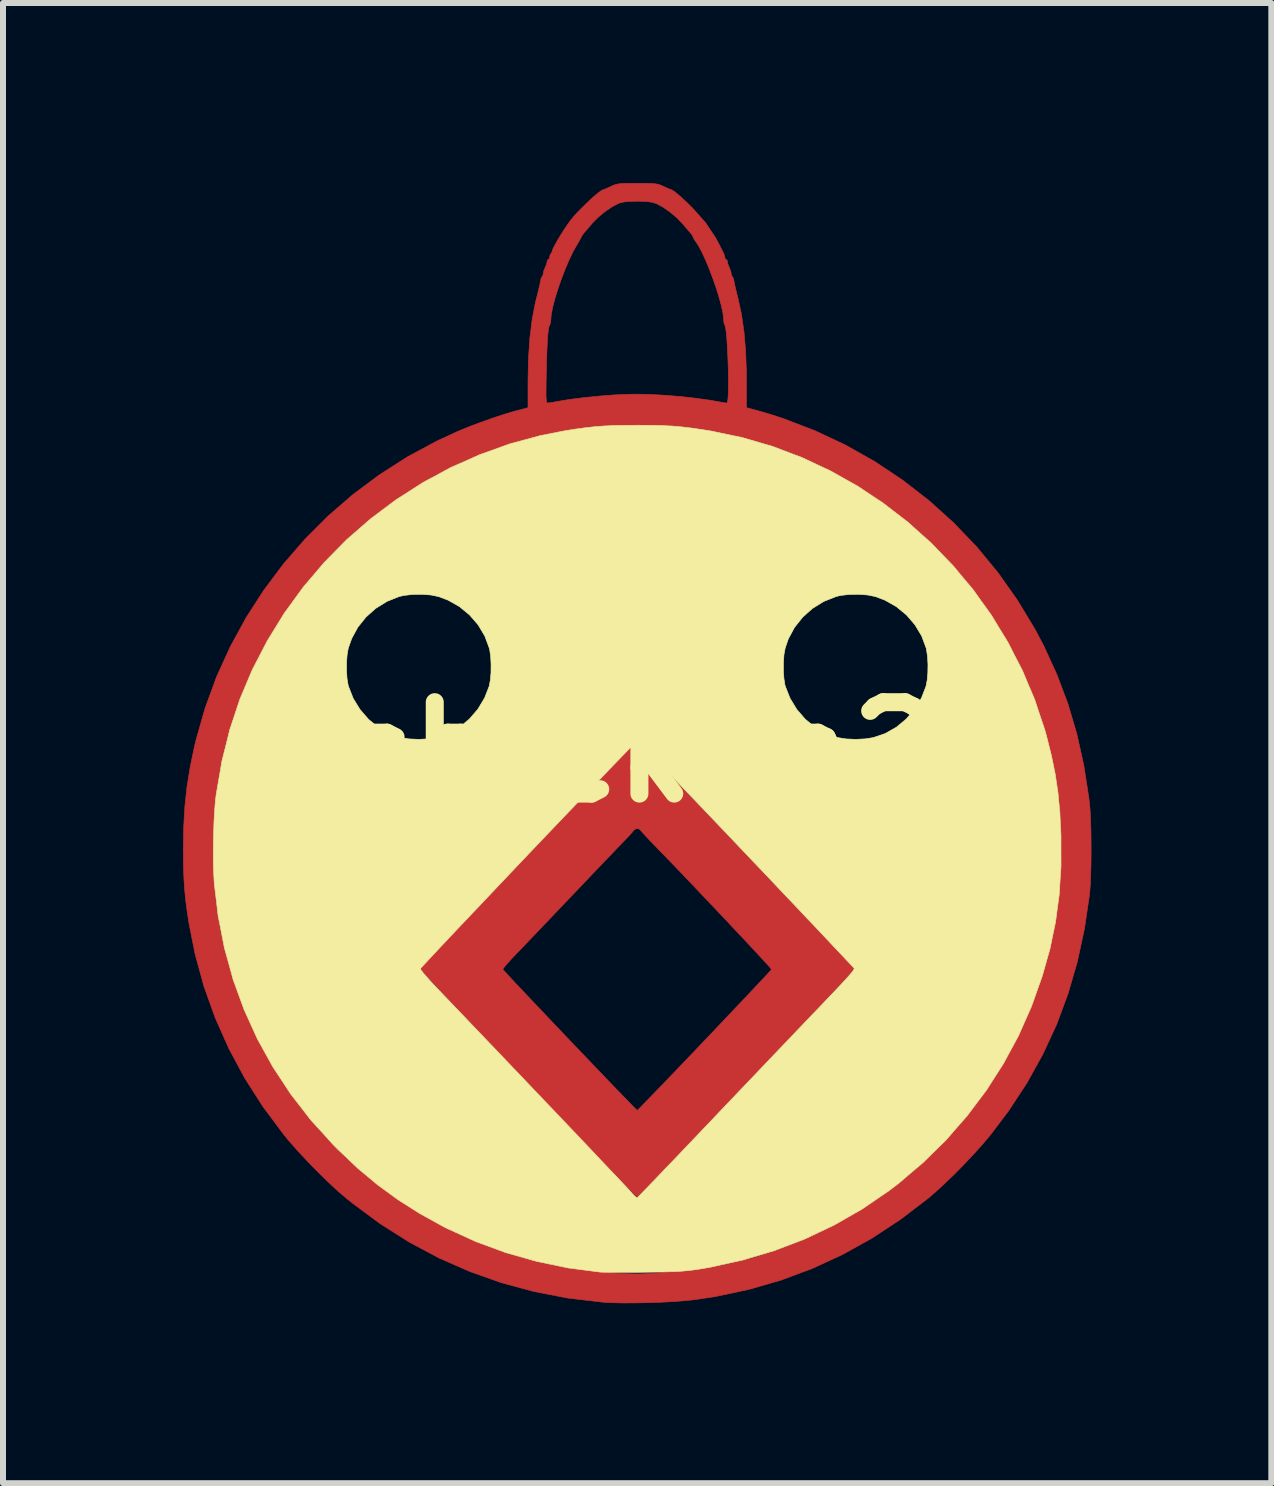
<source format=kicad_pcb>
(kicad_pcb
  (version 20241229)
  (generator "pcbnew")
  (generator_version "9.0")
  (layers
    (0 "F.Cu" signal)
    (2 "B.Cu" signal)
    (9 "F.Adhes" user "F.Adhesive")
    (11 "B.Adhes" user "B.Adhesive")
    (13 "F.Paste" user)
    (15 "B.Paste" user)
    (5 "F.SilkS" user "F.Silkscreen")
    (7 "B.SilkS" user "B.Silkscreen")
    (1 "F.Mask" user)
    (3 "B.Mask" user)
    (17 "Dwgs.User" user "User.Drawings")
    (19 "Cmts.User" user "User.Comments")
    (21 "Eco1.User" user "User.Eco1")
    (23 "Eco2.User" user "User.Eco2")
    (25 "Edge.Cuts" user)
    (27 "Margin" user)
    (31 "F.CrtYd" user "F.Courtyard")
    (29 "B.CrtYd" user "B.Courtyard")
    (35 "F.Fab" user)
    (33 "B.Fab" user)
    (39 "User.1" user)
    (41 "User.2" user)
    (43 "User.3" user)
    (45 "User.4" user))
  (footprint "chicken2"
    (layer "F.Cu")
    (at 7.571 9.488)
    (property "Reference" "chicken2" (at 0 0 0) (layer "F.SilkS") (effects (font (size 1.524 1.524) (thickness 0.3))))
    (attr through_hole)
    (fp_poly (pts (xy 0.022 -0.17) (xy 0.065 -0.126) (xy 0.133 -0.057) (xy 0.221 0.034) (xy 0.327 0.144) (xy 0.448 0.27) (xy 0.581 0.41) (xy 0.724 0.56) (xy 0.776 0.614) (xy 1.094 0.949) (xy 1.388 1.258) (xy 1.658 1.541) (xy 1.901 1.796) (xy 2.118 2.024) (xy 2.308 2.223) (xy 2.471 2.393) (xy 2.581 2.509) (xy 2.683 2.616) (xy 2.799 2.737) (xy 2.913 2.857) (xy 3.012 2.961) (xy 3.015 2.964) (xy 3.114 3.068) (xy 3.226 3.185) (xy 3.336 3.3) (xy 3.424 3.391) (xy 3.497 3.468) (xy 3.557 3.535) (xy 3.598 3.586) (xy 3.616 3.615) (xy 3.616 3.618) (xy 3.601 3.636) (xy 3.558 3.683) (xy 3.491 3.756) (xy 3.4 3.853) (xy 3.288 3.972) (xy 3.158 4.11) (xy 3.01 4.266) (xy 2.848 4.438) (xy 2.673 4.623) (xy 2.487 4.819) (xy 2.292 5.023) (xy 2.265 5.052) (xy 1.965 5.368) (xy 1.692 5.654) (xy 1.446 5.912) (xy 1.225 6.144) (xy 1.028 6.351) (xy 0.854 6.534) (xy 0.7 6.695) (xy 0.566 6.836) (xy 0.45 6.956) (xy 0.351 7.059) (xy 0.268 7.146) (xy 0.199 7.217) (xy 0.143 7.274) (xy 0.099 7.319) (xy 0.065 7.353) (xy 0.039 7.377) (xy 0.021 7.394) (xy 0.01 7.403) (xy 0.003 7.408) (xy 0 7.408) (xy -0.019 7.394) (xy -0.061 7.354) (xy -0.121 7.295) (xy -0.194 7.222) (xy -0.224 7.191) (xy -0.316 7.096) (xy -0.429 6.978) (xy -0.56 6.842) (xy -0.707 6.689) (xy -0.867 6.521) (xy -1.039 6.341) (xy -1.221 6.15) (xy -1.409 5.953) (xy -1.602 5.75) (xy -1.798 5.543) (xy -1.995 5.336) (xy -2.19 5.131) (xy -2.382 4.929) (xy -2.567 4.734) (xy -2.744 4.546) (xy -2.912 4.37) (xy -3.066 4.206) (xy -3.206 4.058) (xy -3.329 3.928) (xy -3.433 3.817) (xy -3.516 3.728) (xy -3.575 3.664) (xy -3.609 3.627) (xy -3.616 3.618) (xy -2.24 3.618) (xy -2.225 3.637) (xy -2.182 3.684) (xy -2.117 3.755) (xy -2.03 3.848) (xy -1.925 3.959) (xy -1.805 4.087) (xy -1.671 4.228) (xy -1.528 4.379) (xy -1.378 4.537) (xy -1.223 4.7) (xy -1.066 4.865) (xy -0.91 5.028) (xy -0.758 5.187) (xy -0.612 5.339) (xy -0.476 5.482) (xy -0.351 5.611) (xy -0.241 5.725) (xy -0.148 5.821) (xy -0.076 5.895) (xy -0.026 5.945) (xy -0.002 5.968) (xy 0 5.969) (xy 0.017 5.954) (xy 0.06 5.911) (xy 0.128 5.841) (xy 0.219 5.748) (xy 0.329 5.634) (xy 0.458 5.501) (xy 0.601 5.351) (xy 0.758 5.188) (xy 0.926 5.012) (xy 1.102 4.827) (xy 1.124 4.804) (xy 1.302 4.617) (xy 1.47 4.439) (xy 1.628 4.273) (xy 1.773 4.12) (xy 1.902 3.983) (xy 2.014 3.864) (xy 2.106 3.766) (xy 2.175 3.691) (xy 2.221 3.642) (xy 2.239 3.621) (xy 2.239 3.62) (xy 2.226 3.603) (xy 2.187 3.558) (xy 2.123 3.487) (xy 2.038 3.395) (xy 1.935 3.284) (xy 1.817 3.157) (xy 1.685 3.017) (xy 1.543 2.866) (xy 1.394 2.707) (xy 1.24 2.545) (xy 1.083 2.38) (xy 0.928 2.216) (xy 0.776 2.057) (xy 0.63 1.904) (xy 0.493 1.762) (xy 0.367 1.632) (xy 0.277 1.539) (xy 0.201 1.461) (xy 0.136 1.391) (xy 0.087 1.337) (xy 0.06 1.305) (xy 0.058 1.301) (xy 0.022 1.274) (xy -0.023 1.275) (xy -0.058 1.301) (xy -0.078 1.327) (xy -0.123 1.377) (xy -0.185 1.443) (xy -0.258 1.52) (xy -0.277 1.539) (xy -0.335 1.599) (xy -0.418 1.686) (xy -0.522 1.794) (xy -0.642 1.92) (xy -0.774 2.058) (xy -0.914 2.205) (xy -1.058 2.357) (xy -1.132 2.434) (xy -1.278 2.587) (xy -1.423 2.74) (xy -1.564 2.887) (xy -1.695 3.025) (xy -1.813 3.148) (xy -1.912 3.252) (xy -1.989 3.332) (xy -2.017 3.36) (xy -2.095 3.443) (xy -2.161 3.516) (xy -2.21 3.573) (xy -2.237 3.609) (xy -2.24 3.618) (xy -3.616 3.618) (xy -3.616 3.618) (xy -3.605 3.596) (xy -3.569 3.55) (xy -3.514 3.486) (xy -3.444 3.411) (xy -3.424 3.391) (xy -3.328 3.292) (xy -3.218 3.176) (xy -3.106 3.06) (xy -3.015 2.964) (xy -2.916 2.861) (xy -2.803 2.741) (xy -2.687 2.62) (xy -2.584 2.512) (xy -2.581 2.509) (xy -2.479 2.402) (xy -2.362 2.279) (xy -2.243 2.154) (xy -2.136 2.042) (xy -2.126 2.032) (xy -2.06 1.962) (xy -1.969 1.867) (xy -1.858 1.75) (xy -1.732 1.618) (xy -1.595 1.475) (xy -1.453 1.325) (xy -1.309 1.175) (xy -1.268 1.132) (xy -1.121 0.977) (xy -0.969 0.818) (xy -0.819 0.66) (xy -0.675 0.509) (xy -0.544 0.371) (xy -0.43 0.251) (xy -0.34 0.156) (xy -0.327 0.143) (xy -0.234 0.045) (xy -0.151 -0.041) (xy -0.081 -0.11) (xy -0.029 -0.159) (xy -0.000112 -0.184) (xy 0.004 -0.186) (xy 0.022 -0.17)) (stroke (width 0.01) (type solid)) (fill yes) (layer "F.Cu"))
    (fp_poly (pts (xy 0.127 -9.482) (xy 0.221 -9.48) (xy 0.289 -9.476) (xy 0.34 -9.468) (xy 0.383 -9.455) (xy 0.426 -9.437) (xy 0.44 -9.43) (xy 0.503 -9.401) (xy 0.549 -9.382) (xy 0.566 -9.377) (xy 0.597 -9.361) (xy 0.653 -9.319) (xy 0.729 -9.254) (xy 0.82 -9.17) (xy 0.922 -9.07) (xy 0.931 -9.06) (xy 1.137 -8.827) (xy 1.306 -8.575) (xy 1.364 -8.467) (xy 1.399 -8.398) (xy 1.428 -8.341) (xy 1.442 -8.313) (xy 1.458 -8.266) (xy 1.46 -8.245) (xy 1.472 -8.216) (xy 1.482 -8.213) (xy 1.5 -8.195) (xy 1.503 -8.176) (xy 1.513 -8.131) (xy 1.535 -8.078) (xy 1.557 -8.023) (xy 1.566 -7.979) (xy 1.575 -7.94) (xy 1.585 -7.928) (xy 1.601 -7.901) (xy 1.613 -7.851) (xy 1.614 -7.848) (xy 1.623 -7.798) (xy 1.641 -7.72) (xy 1.664 -7.626) (xy 1.679 -7.567) (xy 1.736 -7.306) (xy 1.779 -7.01) (xy 1.807 -6.682) (xy 1.82 -6.329) (xy 1.82 -6.21) (xy 1.82 -5.743) (xy 2.006 -5.694) (xy 2.105 -5.666) (xy 2.227 -5.629) (xy 2.353 -5.589) (xy 2.434 -5.562) (xy 2.963 -5.359) (xy 3.472 -5.12) (xy 3.959 -4.845) (xy 4.423 -4.536) (xy 4.862 -4.195) (xy 5.275 -3.823) (xy 5.66 -3.421) (xy 6.015 -2.99) (xy 6.338 -2.533) (xy 6.629 -2.051) (xy 6.776 -1.773) (xy 6.994 -1.297) (xy 7.178 -0.809) (xy 7.327 -0.306) (xy 7.443 0.217) (xy 7.528 0.765) (xy 7.539 0.857) (xy 7.549 0.975) (xy 7.556 1.125) (xy 7.562 1.299) (xy 7.564 1.488) (xy 7.565 1.682) (xy 7.563 1.873) (xy 7.558 2.051) (xy 7.552 2.208) (xy 7.542 2.334) (xy 7.54 2.36) (xy 7.455 2.938) (xy 7.335 3.493) (xy 7.18 4.026) (xy 6.989 4.54) (xy 6.76 5.035) (xy 6.494 5.514) (xy 6.189 5.978) (xy 5.892 6.371) (xy 5.761 6.528) (xy 5.607 6.699) (xy 5.439 6.877) (xy 5.266 7.052) (xy 5.096 7.215) (xy 4.937 7.359) (xy 4.845 7.437) (xy 4.384 7.789) (xy 3.909 8.101) (xy 3.42 8.373) (xy 2.914 8.606) (xy 2.393 8.8) (xy 1.855 8.955) (xy 1.299 9.073) (xy 0.958 9.124) (xy 0.8 9.141) (xy 0.612 9.155) (xy 0.404 9.167) (xy 0.187 9.174) (xy -0.029 9.178) (xy -0.235 9.179) (xy -0.419 9.175) (xy -0.572 9.166) (xy -0.583 9.165) (xy -1.16 9.097) (xy -1.72 8.989) (xy -2.263 8.842) (xy -2.791 8.655) (xy -3.303 8.43) (xy -3.8 8.165) (xy -4.28 7.861) (xy -4.745 7.517) (xy -4.845 7.437) (xy -4.992 7.311) (xy -5.155 7.159) (xy -5.327 6.991) (xy -5.499 6.814) (xy -5.663 6.638) (xy -5.81 6.471) (xy -5.892 6.371) (xy -6.235 5.911) (xy -6.54 5.434) (xy -6.806 4.939) (xy -7.033 4.429) (xy -7.221 3.904) (xy -7.369 3.364) (xy -7.47 2.857) (xy -7.502 2.648) (xy -7.527 2.46) (xy -7.544 2.281) (xy -7.556 2.099) (xy -7.563 1.903) (xy -7.565 1.679) (xy -7.566 1.609) (xy -7.069 1.609) (xy -7.058 2.057) (xy -7.022 2.481) (xy -6.961 2.892) (xy -6.873 3.3) (xy -6.756 3.717) (xy -6.718 3.835) (xy -6.531 4.34) (xy -6.305 4.828) (xy -6.042 5.296) (xy -5.917 5.493) (xy -5.596 5.939) (xy -5.247 6.356) (xy -4.87 6.742) (xy -4.468 7.097) (xy -4.043 7.419) (xy -3.595 7.707) (xy -3.128 7.961) (xy -2.643 8.178) (xy -2.142 8.359) (xy -1.627 8.501) (xy -1.098 8.605) (xy -0.56 8.668) (xy -0.429 8.677) (xy -0.283 8.686) (xy -0.167 8.691) (xy -0.071 8.694) (xy 0.018 8.695) (xy 0.11 8.692) (xy 0.218 8.687) (xy 0.353 8.68) (xy 0.392 8.677) (xy 0.912 8.63) (xy 1.409 8.55) (xy 1.89 8.436) (xy 2.359 8.287) (xy 2.823 8.101) (xy 3.156 7.944) (xy 3.637 7.681) (xy 4.093 7.383) (xy 4.524 7.052) (xy 4.928 6.688) (xy 5.304 6.293) (xy 5.652 5.867) (xy 5.917 5.493) (xy 6.173 5.075) (xy 6.396 4.646) (xy 6.589 4.196) (xy 6.698 3.895) (xy 6.832 3.46) (xy 6.934 3.034) (xy 7.007 2.605) (xy 7.051 2.163) (xy 7.069 1.699) (xy 7.069 1.609) (xy 7.06 1.197) (xy 7.031 0.811) (xy 6.98 0.437) (xy 6.907 0.062) (xy 6.865 -0.115) (xy 6.713 -0.635) (xy 6.522 -1.138) (xy 6.295 -1.625) (xy 6.031 -2.092) (xy 5.732 -2.537) (xy 5.4 -2.96) (xy 5.036 -3.357) (xy 4.641 -3.728) (xy 4.216 -4.069) (xy 3.958 -4.253) (xy 3.517 -4.53) (xy 3.064 -4.771) (xy 2.596 -4.975) (xy 2.11 -5.144) (xy 1.602 -5.28) (xy 1.07 -5.384) (xy 0.889 -5.411) (xy 0.752 -5.426) (xy 0.582 -5.437) (xy 0.387 -5.445) (xy 0.176 -5.449) (xy -0.041 -5.451) (xy -0.258 -5.448) (xy -0.463 -5.442) (xy -0.65 -5.433) (xy -0.809 -5.421) (xy -0.889 -5.411) (xy -1.43 -5.318) (xy -1.946 -5.192) (xy -2.439 -5.034) (xy -2.912 -4.841) (xy -3.37 -4.613) (xy -3.815 -4.348) (xy -3.958 -4.253) (xy -4.399 -3.929) (xy -4.811 -3.575) (xy -5.194 -3.192) (xy -5.544 -2.784) (xy -5.862 -2.352) (xy -6.147 -1.897) (xy -6.395 -1.422) (xy -6.607 -0.928) (xy -6.782 -0.417) (xy -6.865 -0.115) (xy -6.949 0.264) (xy -7.01 0.637) (xy -7.049 1.016) (xy -7.067 1.414) (xy -7.069 1.609) (xy -7.566 1.609) (xy -7.559 1.239) (xy -7.539 0.896) (xy -7.503 0.567) (xy -7.45 0.24) (xy -7.379 -0.099) (xy -7.353 -0.205) (xy -7.202 -0.737) (xy -7.012 -1.255) (xy -6.785 -1.755) (xy -6.522 -2.237) (xy -6.226 -2.698) (xy -5.897 -3.137) (xy -5.538 -3.551) (xy -5.15 -3.939) (xy -4.735 -4.298) (xy -4.293 -4.627) (xy -3.828 -4.924) (xy -3.34 -5.187) (xy -2.982 -5.352) (xy -2.8 -5.426) (xy -2.601 -5.501) (xy -2.399 -5.573) (xy -2.207 -5.636) (xy -2.037 -5.686) (xy -2.006 -5.694) (xy -1.82 -5.743) (xy -1.82 -6.032) (xy -1.52 -6.032) (xy -1.52 -5.943) (xy -1.517 -5.882) (xy -1.512 -5.844) (xy -1.505 -5.826) (xy -1.496 -5.821) (xy -1.46 -5.825) (xy -1.398 -5.834) (xy -1.352 -5.843) (xy -1.137 -5.879) (xy -0.893 -5.91) (xy -0.636 -5.936) (xy -0.38 -5.956) (xy -0.139 -5.966) (xy 0 -5.968) (xy 0.225 -5.963) (xy 0.473 -5.949) (xy 0.731 -5.928) (xy 0.985 -5.899) (xy 1.22 -5.866) (xy 1.352 -5.843) (xy 1.422 -5.83) (xy 1.476 -5.822) (xy 1.496 -5.821) (xy 1.506 -5.841) (xy 1.513 -5.897) (xy 1.518 -5.983) (xy 1.52 -6.092) (xy 1.52 -6.219) (xy 1.518 -6.357) (xy 1.514 -6.501) (xy 1.508 -6.642) (xy 1.501 -6.777) (xy 1.493 -6.898) (xy 1.484 -6.998) (xy 1.473 -7.073) (xy 1.462 -7.116) (xy 1.459 -7.122) (xy 1.446 -7.154) (xy 1.44 -7.21) (xy 1.439 -7.222) (xy 1.43 -7.312) (xy 1.405 -7.432) (xy 1.367 -7.574) (xy 1.319 -7.73) (xy 1.262 -7.893) (xy 1.202 -8.053) (xy 1.139 -8.204) (xy 1.077 -8.338) (xy 1.019 -8.446) (xy 0.982 -8.502) (xy 0.949 -8.55) (xy 0.932 -8.583) (xy 0.931 -8.588) (xy 0.919 -8.617) (xy 0.894 -8.648) (xy 0.862 -8.685) (xy 0.813 -8.742) (xy 0.759 -8.806) (xy 0.665 -8.904) (xy 0.553 -8.999) (xy 0.436 -9.082) (xy 0.328 -9.141) (xy 0.313 -9.147) (xy 0.247 -9.167) (xy 0.161 -9.179) (xy 0.045 -9.184) (xy 0 -9.184) (xy -0.127 -9.181) (xy -0.221 -9.172) (xy -0.293 -9.155) (xy -0.313 -9.147) (xy -0.418 -9.092) (xy -0.535 -9.013) (xy -0.649 -8.919) (xy -0.747 -8.821) (xy -0.759 -8.806) (xy -0.812 -8.743) (xy -0.857 -8.691) (xy -0.885 -8.66) (xy -0.885 -8.659) (xy -0.918 -8.615) (xy -0.933 -8.585) (xy -0.957 -8.54) (xy -0.992 -8.479) (xy -1.006 -8.456) (xy -1.069 -8.345) (xy -1.134 -8.209) (xy -1.2 -8.055) (xy -1.263 -7.892) (xy -1.32 -7.728) (xy -1.369 -7.57) (xy -1.407 -7.427) (xy -1.432 -7.306) (xy -1.439 -7.222) (xy -1.444 -7.164) (xy -1.456 -7.125) (xy -1.459 -7.122) (xy -1.471 -7.095) (xy -1.481 -7.039) (xy -1.491 -6.952) (xy -1.499 -6.831) (xy -1.506 -6.675) (xy -1.512 -6.48) (xy -1.516 -6.313) (xy -1.519 -6.153) (xy -1.52 -6.032) (xy -1.82 -6.032) (xy -1.82 -6.21) (xy -1.812 -6.571) (xy -1.789 -6.908) (xy -1.751 -7.214) (xy -1.699 -7.487) (xy -1.679 -7.567) (xy -1.654 -7.664) (xy -1.633 -7.753) (xy -1.618 -7.822) (xy -1.614 -7.848) (xy -1.602 -7.899) (xy -1.586 -7.928) (xy -1.585 -7.928) (xy -1.569 -7.957) (xy -1.566 -7.979) (xy -1.557 -8.025) (xy -1.535 -8.078) (xy -1.512 -8.132) (xy -1.503 -8.176) (xy -1.493 -8.207) (xy -1.482 -8.213) (xy -1.464 -8.23) (xy -1.46 -8.254) (xy -1.451 -8.294) (xy -1.439 -8.308) (xy -1.42 -8.339) (xy -1.418 -8.351) (xy -1.407 -8.386) (xy -1.376 -8.447) (xy -1.331 -8.528) (xy -1.277 -8.618) (xy -1.218 -8.711) (xy -1.159 -8.798) (xy -1.106 -8.872) (xy -1.1 -8.879) (xy -1.04 -8.95) (xy -0.966 -9.029) (xy -0.883 -9.112) (xy -0.799 -9.193) (xy -0.719 -9.266) (xy -0.649 -9.324) (xy -0.595 -9.363) (xy -0.566 -9.377) (xy -0.54 -9.385) (xy -0.488 -9.407) (xy -0.44 -9.43) (xy -0.396 -9.45) (xy -0.354 -9.464) (xy -0.306 -9.474) (xy -0.244 -9.479) (xy -0.16 -9.482) (xy -0.044 -9.483) (xy 0 -9.483) (xy 0.127 -9.482)) (stroke (width 0.01) (type solid)) (fill yes) (layer "F.Cu"))
    (fp_poly (pts (xy 0.022 -0.17) (xy 0.065 -0.126) (xy 0.133 -0.057) (xy 0.221 0.034) (xy 0.327 0.144) (xy 0.448 0.27) (xy 0.581 0.41) (xy 0.724 0.56) (xy 0.776 0.614) (xy 1.094 0.949) (xy 1.388 1.258) (xy 1.658 1.541) (xy 1.901 1.796) (xy 2.118 2.024) (xy 2.308 2.223) (xy 2.471 2.393) (xy 2.581 2.509) (xy 2.683 2.616) (xy 2.799 2.737) (xy 2.913 2.857) (xy 3.012 2.961) (xy 3.015 2.964) (xy 3.114 3.068) (xy 3.226 3.185) (xy 3.336 3.3) (xy 3.424 3.391) (xy 3.497 3.468) (xy 3.557 3.535) (xy 3.598 3.586) (xy 3.616 3.615) (xy 3.616 3.618) (xy 3.601 3.636) (xy 3.558 3.683) (xy 3.491 3.756) (xy 3.4 3.853) (xy 3.288 3.972) (xy 3.158 4.11) (xy 3.01 4.266) (xy 2.848 4.438) (xy 2.673 4.623) (xy 2.487 4.819) (xy 2.292 5.023) (xy 2.265 5.052) (xy 1.965 5.368) (xy 1.692 5.654) (xy 1.446 5.912) (xy 1.225 6.144) (xy 1.028 6.351) (xy 0.854 6.534) (xy 0.7 6.695) (xy 0.566 6.836) (xy 0.45 6.956) (xy 0.351 7.059) (xy 0.268 7.146) (xy 0.199 7.217) (xy 0.143 7.274) (xy 0.099 7.319) (xy 0.065 7.353) (xy 0.039 7.377) (xy 0.021 7.394) (xy 0.01 7.403) (xy 0.003 7.408) (xy 0 7.408) (xy -0.019 7.394) (xy -0.061 7.354) (xy -0.121 7.295) (xy -0.194 7.222) (xy -0.224 7.191) (xy -0.316 7.096) (xy -0.429 6.978) (xy -0.56 6.842) (xy -0.707 6.689) (xy -0.867 6.521) (xy -1.039 6.341) (xy -1.221 6.15) (xy -1.409 5.953) (xy -1.602 5.75) (xy -1.798 5.543) (xy -1.995 5.336) (xy -2.19 5.131) (xy -2.382 4.929) (xy -2.567 4.734) (xy -2.744 4.546) (xy -2.912 4.37) (xy -3.066 4.206) (xy -3.206 4.058) (xy -3.329 3.928) (xy -3.433 3.817) (xy -3.516 3.728) (xy -3.575 3.664) (xy -3.609 3.627) (xy -3.616 3.618) (xy -2.24 3.618) (xy -2.225 3.637) (xy -2.182 3.684) (xy -2.117 3.755) (xy -2.03 3.848) (xy -1.925 3.959) (xy -1.805 4.087) (xy -1.671 4.228) (xy -1.528 4.379) (xy -1.378 4.537) (xy -1.223 4.7) (xy -1.066 4.865) (xy -0.91 5.028) (xy -0.758 5.187) (xy -0.612 5.339) (xy -0.476 5.482) (xy -0.351 5.611) (xy -0.241 5.725) (xy -0.148 5.821) (xy -0.076 5.895) (xy -0.026 5.945) (xy -0.002 5.968) (xy 0 5.969) (xy 0.017 5.954) (xy 0.06 5.911) (xy 0.128 5.841) (xy 0.219 5.748) (xy 0.329 5.634) (xy 0.458 5.501) (xy 0.601 5.351) (xy 0.758 5.188) (xy 0.926 5.012) (xy 1.102 4.827) (xy 1.124 4.804) (xy 1.302 4.617) (xy 1.47 4.439) (xy 1.628 4.273) (xy 1.773 4.12) (xy 1.902 3.983) (xy 2.014 3.864) (xy 2.106 3.766) (xy 2.175 3.691) (xy 2.221 3.642) (xy 2.239 3.621) (xy 2.239 3.62) (xy 2.226 3.603) (xy 2.187 3.558) (xy 2.123 3.487) (xy 2.038 3.395) (xy 1.935 3.284) (xy 1.817 3.157) (xy 1.685 3.017) (xy 1.543 2.866) (xy 1.394 2.707) (xy 1.24 2.545) (xy 1.083 2.38) (xy 0.928 2.216) (xy 0.776 2.057) (xy 0.63 1.904) (xy 0.493 1.762) (xy 0.367 1.632) (xy 0.277 1.539) (xy 0.201 1.461) (xy 0.136 1.391) (xy 0.087 1.337) (xy 0.06 1.305) (xy 0.058 1.301) (xy 0.022 1.274) (xy -0.023 1.275) (xy -0.058 1.301) (xy -0.078 1.327) (xy -0.123 1.377) (xy -0.185 1.443) (xy -0.258 1.52) (xy -0.277 1.539) (xy -0.335 1.599) (xy -0.418 1.686) (xy -0.522 1.794) (xy -0.642 1.92) (xy -0.774 2.058) (xy -0.914 2.205) (xy -1.058 2.357) (xy -1.132 2.434) (xy -1.278 2.587) (xy -1.423 2.74) (xy -1.564 2.887) (xy -1.695 3.025) (xy -1.813 3.148) (xy -1.912 3.252) (xy -1.989 3.332) (xy -2.017 3.36) (xy -2.095 3.443) (xy -2.161 3.516) (xy -2.21 3.573) (xy -2.237 3.609) (xy -2.24 3.618) (xy -3.616 3.618) (xy -3.616 3.618) (xy -3.605 3.596) (xy -3.569 3.55) (xy -3.514 3.486) (xy -3.444 3.411) (xy -3.424 3.391) (xy -3.328 3.292) (xy -3.218 3.176) (xy -3.106 3.06) (xy -3.015 2.964) (xy -2.916 2.861) (xy -2.803 2.741) (xy -2.687 2.62) (xy -2.584 2.512) (xy -2.581 2.509) (xy -2.479 2.402) (xy -2.362 2.279) (xy -2.243 2.154) (xy -2.136 2.042) (xy -2.126 2.032) (xy -2.06 1.962) (xy -1.969 1.867) (xy -1.858 1.75) (xy -1.732 1.618) (xy -1.595 1.475) (xy -1.453 1.325) (xy -1.309 1.175) (xy -1.268 1.132) (xy -1.121 0.977) (xy -0.969 0.818) (xy -0.819 0.66) (xy -0.675 0.509) (xy -0.544 0.371) (xy -0.43 0.251) (xy -0.34 0.156) (xy -0.327 0.143) (xy -0.234 0.045) (xy -0.151 -0.041) (xy -0.081 -0.11) (xy -0.029 -0.159) (xy -0.000112 -0.184) (xy 0.004 -0.186) (xy 0.022 -0.17)) (stroke (width 0.01) (type solid)) (fill yes) (layer "F.Mask"))
    (fp_poly (pts (xy 0.127 -9.482) (xy 0.221 -9.48) (xy 0.289 -9.476) (xy 0.34 -9.468) (xy 0.383 -9.455) (xy 0.426 -9.437) (xy 0.44 -9.43) (xy 0.503 -9.401) (xy 0.549 -9.382) (xy 0.566 -9.377) (xy 0.597 -9.361) (xy 0.653 -9.319) (xy 0.729 -9.254) (xy 0.82 -9.17) (xy 0.922 -9.07) (xy 0.931 -9.06) (xy 1.137 -8.827) (xy 1.306 -8.575) (xy 1.364 -8.467) (xy 1.399 -8.398) (xy 1.428 -8.341) (xy 1.442 -8.313) (xy 1.458 -8.266) (xy 1.46 -8.245) (xy 1.472 -8.216) (xy 1.482 -8.213) (xy 1.5 -8.195) (xy 1.503 -8.176) (xy 1.513 -8.131) (xy 1.535 -8.078) (xy 1.557 -8.023) (xy 1.566 -7.979) (xy 1.575 -7.94) (xy 1.585 -7.928) (xy 1.601 -7.901) (xy 1.613 -7.851) (xy 1.614 -7.848) (xy 1.623 -7.798) (xy 1.641 -7.72) (xy 1.664 -7.626) (xy 1.679 -7.567) (xy 1.736 -7.306) (xy 1.779 -7.01) (xy 1.807 -6.682) (xy 1.82 -6.329) (xy 1.82 -6.21) (xy 1.82 -5.743) (xy 2.006 -5.694) (xy 2.105 -5.666) (xy 2.227 -5.629) (xy 2.353 -5.589) (xy 2.434 -5.562) (xy 2.963 -5.359) (xy 3.472 -5.12) (xy 3.959 -4.845) (xy 4.423 -4.536) (xy 4.862 -4.195) (xy 5.275 -3.823) (xy 5.66 -3.421) (xy 6.015 -2.99) (xy 6.338 -2.533) (xy 6.629 -2.051) (xy 6.776 -1.773) (xy 6.994 -1.297) (xy 7.178 -0.809) (xy 7.327 -0.306) (xy 7.443 0.217) (xy 7.528 0.765) (xy 7.539 0.857) (xy 7.549 0.975) (xy 7.556 1.125) (xy 7.562 1.299) (xy 7.564 1.488) (xy 7.565 1.682) (xy 7.563 1.873) (xy 7.558 2.051) (xy 7.552 2.208) (xy 7.542 2.334) (xy 7.54 2.36) (xy 7.455 2.938) (xy 7.335 3.493) (xy 7.18 4.026) (xy 6.989 4.54) (xy 6.76 5.035) (xy 6.494 5.514) (xy 6.189 5.978) (xy 5.892 6.371) (xy 5.761 6.528) (xy 5.607 6.699) (xy 5.439 6.877) (xy 5.266 7.052) (xy 5.096 7.215) (xy 4.937 7.359) (xy 4.845 7.437) (xy 4.384 7.789) (xy 3.909 8.101) (xy 3.42 8.373) (xy 2.914 8.606) (xy 2.393 8.8) (xy 1.855 8.955) (xy 1.299 9.073) (xy 0.958 9.124) (xy 0.8 9.141) (xy 0.612 9.155) (xy 0.404 9.167) (xy 0.187 9.174) (xy -0.029 9.178) (xy -0.235 9.179) (xy -0.419 9.175) (xy -0.572 9.166) (xy -0.583 9.165) (xy -1.16 9.097) (xy -1.72 8.989) (xy -2.263 8.842) (xy -2.791 8.655) (xy -3.303 8.43) (xy -3.8 8.165) (xy -4.28 7.861) (xy -4.745 7.517) (xy -4.845 7.437) (xy -4.992 7.311) (xy -5.155 7.159) (xy -5.327 6.991) (xy -5.499 6.814) (xy -5.663 6.638) (xy -5.81 6.471) (xy -5.892 6.371) (xy -6.235 5.911) (xy -6.54 5.434) (xy -6.806 4.939) (xy -7.033 4.429) (xy -7.221 3.904) (xy -7.369 3.364) (xy -7.47 2.857) (xy -7.502 2.648) (xy -7.527 2.46) (xy -7.544 2.281) (xy -7.556 2.099) (xy -7.563 1.903) (xy -7.565 1.679) (xy -7.566 1.609) (xy -7.069 1.609) (xy -7.058 2.057) (xy -7.022 2.481) (xy -6.961 2.892) (xy -6.873 3.3) (xy -6.756 3.717) (xy -6.718 3.835) (xy -6.531 4.34) (xy -6.305 4.828) (xy -6.042 5.296) (xy -5.917 5.493) (xy -5.596 5.939) (xy -5.247 6.356) (xy -4.87 6.742) (xy -4.468 7.097) (xy -4.043 7.419) (xy -3.595 7.707) (xy -3.128 7.961) (xy -2.643 8.178) (xy -2.142 8.359) (xy -1.627 8.501) (xy -1.098 8.605) (xy -0.56 8.668) (xy -0.429 8.677) (xy -0.283 8.686) (xy -0.167 8.691) (xy -0.071 8.694) (xy 0.018 8.695) (xy 0.11 8.692) (xy 0.218 8.687) (xy 0.353 8.68) (xy 0.392 8.677) (xy 0.912 8.63) (xy 1.409 8.55) (xy 1.89 8.436) (xy 2.359 8.287) (xy 2.823 8.101) (xy 3.156 7.944) (xy 3.637 7.681) (xy 4.093 7.383) (xy 4.524 7.052) (xy 4.928 6.688) (xy 5.304 6.293) (xy 5.652 5.867) (xy 5.917 5.493) (xy 6.173 5.075) (xy 6.396 4.646) (xy 6.589 4.196) (xy 6.698 3.895) (xy 6.832 3.46) (xy 6.934 3.034) (xy 7.007 2.605) (xy 7.051 2.163) (xy 7.069 1.699) (xy 7.069 1.609) (xy 7.06 1.197) (xy 7.031 0.811) (xy 6.98 0.437) (xy 6.907 0.062) (xy 6.865 -0.115) (xy 6.713 -0.635) (xy 6.522 -1.138) (xy 6.295 -1.625) (xy 6.031 -2.092) (xy 5.732 -2.537) (xy 5.4 -2.96) (xy 5.036 -3.357) (xy 4.641 -3.728) (xy 4.216 -4.069) (xy 3.958 -4.253) (xy 3.517 -4.53) (xy 3.064 -4.771) (xy 2.596 -4.975) (xy 2.11 -5.144) (xy 1.602 -5.28) (xy 1.07 -5.384) (xy 0.889 -5.411) (xy 0.752 -5.426) (xy 0.582 -5.437) (xy 0.387 -5.445) (xy 0.176 -5.449) (xy -0.041 -5.451) (xy -0.258 -5.448) (xy -0.463 -5.442) (xy -0.65 -5.433) (xy -0.809 -5.421) (xy -0.889 -5.411) (xy -1.43 -5.318) (xy -1.946 -5.192) (xy -2.439 -5.034) (xy -2.912 -4.841) (xy -3.37 -4.613) (xy -3.815 -4.348) (xy -3.958 -4.253) (xy -4.399 -3.929) (xy -4.811 -3.575) (xy -5.194 -3.192) (xy -5.544 -2.784) (xy -5.862 -2.352) (xy -6.147 -1.897) (xy -6.395 -1.422) (xy -6.607 -0.928) (xy -6.782 -0.417) (xy -6.865 -0.115) (xy -6.949 0.264) (xy -7.01 0.637) (xy -7.049 1.016) (xy -7.067 1.414) (xy -7.069 1.609) (xy -7.566 1.609) (xy -7.559 1.239) (xy -7.539 0.896) (xy -7.503 0.567) (xy -7.45 0.24) (xy -7.379 -0.099) (xy -7.353 -0.205) (xy -7.202 -0.737) (xy -7.012 -1.255) (xy -6.785 -1.755) (xy -6.522 -2.237) (xy -6.226 -2.698) (xy -5.897 -3.137) (xy -5.538 -3.551) (xy -5.15 -3.939) (xy -4.735 -4.298) (xy -4.293 -4.627) (xy -3.828 -4.924) (xy -3.34 -5.187) (xy -2.982 -5.352) (xy -2.8 -5.426) (xy -2.601 -5.501) (xy -2.399 -5.573) (xy -2.207 -5.636) (xy -2.037 -5.686) (xy -2.006 -5.694) (xy -1.82 -5.743) (xy -1.82 -6.032) (xy -1.52 -6.032) (xy -1.52 -5.943) (xy -1.517 -5.882) (xy -1.512 -5.844) (xy -1.505 -5.826) (xy -1.496 -5.821) (xy -1.46 -5.825) (xy -1.398 -5.834) (xy -1.352 -5.843) (xy -1.137 -5.879) (xy -0.893 -5.91) (xy -0.636 -5.936) (xy -0.38 -5.956) (xy -0.139 -5.966) (xy 0 -5.968) (xy 0.225 -5.963) (xy 0.473 -5.949) (xy 0.731 -5.928) (xy 0.985 -5.899) (xy 1.22 -5.866) (xy 1.352 -5.843) (xy 1.422 -5.83) (xy 1.476 -5.822) (xy 1.496 -5.821) (xy 1.506 -5.841) (xy 1.513 -5.897) (xy 1.518 -5.983) (xy 1.52 -6.092) (xy 1.52 -6.219) (xy 1.518 -6.357) (xy 1.514 -6.501) (xy 1.508 -6.642) (xy 1.501 -6.777) (xy 1.493 -6.898) (xy 1.484 -6.998) (xy 1.473 -7.073) (xy 1.462 -7.116) (xy 1.459 -7.122) (xy 1.446 -7.154) (xy 1.44 -7.21) (xy 1.439 -7.222) (xy 1.43 -7.312) (xy 1.405 -7.432) (xy 1.367 -7.574) (xy 1.319 -7.73) (xy 1.262 -7.893) (xy 1.202 -8.053) (xy 1.139 -8.204) (xy 1.077 -8.338) (xy 1.019 -8.446) (xy 0.982 -8.502) (xy 0.949 -8.55) (xy 0.932 -8.583) (xy 0.931 -8.588) (xy 0.919 -8.617) (xy 0.894 -8.648) (xy 0.862 -8.685) (xy 0.813 -8.742) (xy 0.759 -8.806) (xy 0.665 -8.904) (xy 0.553 -8.999) (xy 0.436 -9.082) (xy 0.328 -9.141) (xy 0.313 -9.147) (xy 0.247 -9.167) (xy 0.161 -9.179) (xy 0.045 -9.184) (xy 0 -9.184) (xy -0.127 -9.181) (xy -0.221 -9.172) (xy -0.293 -9.155) (xy -0.313 -9.147) (xy -0.418 -9.092) (xy -0.535 -9.013) (xy -0.649 -8.919) (xy -0.747 -8.821) (xy -0.759 -8.806) (xy -0.812 -8.743) (xy -0.857 -8.691) (xy -0.885 -8.66) (xy -0.885 -8.659) (xy -0.918 -8.615) (xy -0.933 -8.585) (xy -0.957 -8.54) (xy -0.992 -8.479) (xy -1.006 -8.456) (xy -1.069 -8.345) (xy -1.134 -8.209) (xy -1.2 -8.055) (xy -1.263 -7.892) (xy -1.32 -7.728) (xy -1.369 -7.57) (xy -1.407 -7.427) (xy -1.432 -7.306) (xy -1.439 -7.222) (xy -1.444 -7.164) (xy -1.456 -7.125) (xy -1.459 -7.122) (xy -1.471 -7.095) (xy -1.481 -7.039) (xy -1.491 -6.952) (xy -1.499 -6.831) (xy -1.506 -6.675) (xy -1.512 -6.48) (xy -1.516 -6.313) (xy -1.519 -6.153) (xy -1.52 -6.032) (xy -1.82 -6.032) (xy -1.82 -6.21) (xy -1.812 -6.571) (xy -1.789 -6.908) (xy -1.751 -7.214) (xy -1.699 -7.487) (xy -1.679 -7.567) (xy -1.654 -7.664) (xy -1.633 -7.753) (xy -1.618 -7.822) (xy -1.614 -7.848) (xy -1.602 -7.899) (xy -1.586 -7.928) (xy -1.585 -7.928) (xy -1.569 -7.957) (xy -1.566 -7.979) (xy -1.557 -8.025) (xy -1.535 -8.078) (xy -1.512 -8.132) (xy -1.503 -8.176) (xy -1.493 -8.207) (xy -1.482 -8.213) (xy -1.464 -8.23) (xy -1.46 -8.254) (xy -1.451 -8.294) (xy -1.439 -8.308) (xy -1.42 -8.339) (xy -1.418 -8.351) (xy -1.407 -8.386) (xy -1.376 -8.447) (xy -1.331 -8.528) (xy -1.277 -8.618) (xy -1.218 -8.711) (xy -1.159 -8.798) (xy -1.106 -8.872) (xy -1.1 -8.879) (xy -1.04 -8.95) (xy -0.966 -9.029) (xy -0.883 -9.112) (xy -0.799 -9.193) (xy -0.719 -9.266) (xy -0.649 -9.324) (xy -0.595 -9.363) (xy -0.566 -9.377) (xy -0.54 -9.385) (xy -0.488 -9.407) (xy -0.44 -9.43) (xy -0.396 -9.45) (xy -0.354 -9.464) (xy -0.306 -9.474) (xy -0.244 -9.479) (xy -0.16 -9.482) (xy -0.044 -9.483) (xy 0 -9.483) (xy 0.127 -9.482)) (stroke (width 0.01) (type solid)) (fill yes) (layer "F.Mask"))
    (fp_poly (pts (xy 0.219 -5.449) (xy 0.407 -5.445) (xy 0.575 -5.437) (xy 0.734 -5.424) (xy 0.894 -5.405) (xy 1.067 -5.38) (xy 1.228 -5.354) (xy 1.746 -5.246) (xy 2.251 -5.099) (xy 2.741 -4.914) (xy 3.214 -4.693) (xy 3.669 -4.438) (xy 4.103 -4.15) (xy 4.515 -3.832) (xy 4.903 -3.484) (xy 5.265 -3.109) (xy 5.6 -2.708) (xy 5.905 -2.282) (xy 6.178 -1.834) (xy 6.419 -1.365) (xy 6.625 -0.877) (xy 6.794 -0.37) (xy 6.823 -0.265) (xy 6.904 0.057) (xy 6.967 0.366) (xy 7.013 0.676) (xy 7.044 1) (xy 7.061 1.35) (xy 7.063 1.409) (xy 7.063 1.904) (xy 7.033 2.374) (xy 6.972 2.83) (xy 6.879 3.278) (xy 6.752 3.727) (xy 6.59 4.186) (xy 6.568 4.244) (xy 6.357 4.722) (xy 6.107 5.185) (xy 5.822 5.631) (xy 5.502 6.056) (xy 5.151 6.459) (xy 4.769 6.835) (xy 4.36 7.183) (xy 4.187 7.315) (xy 3.744 7.617) (xy 3.278 7.883) (xy 2.791 8.114) (xy 2.284 8.308) (xy 1.76 8.464) (xy 1.22 8.583) (xy 1.02 8.617) (xy 0.92 8.631) (xy 0.822 8.642) (xy 0.717 8.651) (xy 0.598 8.657) (xy 0.457 8.662) (xy 0.289 8.665) (xy 0.106 8.667) (xy -0.058 8.669) (xy -0.212 8.669) (xy -0.35 8.669) (xy -0.467 8.668) (xy -0.555 8.667) (xy -0.608 8.665) (xy -0.614 8.665) (xy -1.147 8.596) (xy -1.674 8.487) (xy -2.189 8.341) (xy -2.689 8.157) (xy -3.168 7.938) (xy -3.231 7.906) (xy -3.624 7.689) (xy -3.986 7.459) (xy -4.327 7.21) (xy -4.657 6.935) (xy -4.983 6.626) (xy -5.07 6.538) (xy -5.441 6.129) (xy -5.774 5.699) (xy -6.071 5.248) (xy -6.331 4.778) (xy -6.552 4.291) (xy -6.736 3.786) (xy -6.784 3.609) (xy -3.615 3.609) (xy -3.603 3.632) (xy -3.566 3.679) (xy -3.507 3.747) (xy -3.433 3.83) (xy -3.345 3.924) (xy -3.329 3.94) (xy -3.121 4.158) (xy -2.906 4.383) (xy -2.686 4.614) (xy -2.462 4.848) (xy -2.238 5.083) (xy -2.014 5.318) (xy -1.793 5.55) (xy -1.577 5.777) (xy -1.367 5.997) (xy -1.166 6.208) (xy -0.976 6.408) (xy -0.799 6.594) (xy -0.637 6.766) (xy -0.491 6.92) (xy -0.363 7.054) (xy -0.256 7.167) (xy -0.172 7.256) (xy -0.113 7.32) (xy -0.08 7.356) (xy -0.075 7.362) (xy -0.035 7.403) (xy -0.006 7.424) (xy -0.000281 7.425) (xy 0.016 7.409) (xy 0.06 7.365) (xy 0.128 7.295) (xy 0.219 7.201) (xy 0.33 7.086) (xy 0.458 6.951) (xy 0.603 6.801) (xy 0.76 6.636) (xy 0.929 6.459) (xy 1.106 6.273) (xy 1.144 6.234) (xy 1.342 6.025) (xy 1.546 5.811) (xy 1.752 5.595) (xy 1.956 5.381) (xy 2.154 5.173) (xy 2.341 4.977) (xy 2.514 4.796) (xy 2.668 4.634) (xy 2.8 4.496) (xy 2.866 4.427) (xy 3.037 4.248) (xy 3.18 4.098) (xy 3.299 3.973) (xy 3.395 3.871) (xy 3.47 3.79) (xy 3.527 3.727) (xy 3.568 3.68) (xy 3.595 3.646) (xy 3.61 3.623) (xy 3.616 3.608) (xy 3.616 3.601) (xy 3.601 3.584) (xy 3.559 3.539) (xy 3.492 3.468) (xy 3.403 3.373) (xy 3.293 3.257) (xy 3.166 3.122) (xy 3.023 2.97) (xy 2.866 2.805) (xy 2.698 2.627) (xy 2.52 2.44) (xy 2.336 2.246) (xy 2.148 2.047) (xy 1.956 1.846) (xy 1.765 1.645) (xy 1.576 1.446) (xy 1.391 1.252) (xy 1.213 1.065) (xy 1.043 0.887) (xy 0.885 0.721) (xy 0.739 0.569) (xy 0.61 0.433) (xy 0.55 0.37) (xy 0.455 0.271) (xy 0.354 0.166) (xy 0.259 0.067) (xy 0.181 -0.015) (xy 0.17 -0.026) (xy 0.105 -0.094) (xy 0.05 -0.147) (xy 0.013 -0.182) (xy -0.000278 -0.191) (xy -0.017 -0.175) (xy -0.06 -0.132) (xy -0.129 -0.062) (xy -0.219 0.031) (xy -0.331 0.147) (xy -0.461 0.282) (xy -0.606 0.434) (xy -0.766 0.601) (xy -0.938 0.781) (xy -1.12 0.971) (xy -1.309 1.169) (xy -1.504 1.373) (xy -1.702 1.581) (xy -1.901 1.79) (xy -2.099 1.999) (xy -2.294 2.204) (xy -2.483 2.404) (xy -2.665 2.596) (xy -2.838 2.778) (xy -2.999 2.948) (xy -3.146 3.104) (xy -3.277 3.243) (xy -3.389 3.363) (xy -3.482 3.462) (xy -3.551 3.537) (xy -3.597 3.587) (xy -3.615 3.609) (xy -3.615 3.609) (xy -6.784 3.609) (xy -6.88 3.265) (xy -6.985 2.729) (xy -7.049 2.192) (xy -7.059 2.024) (xy -7.065 1.828) (xy -7.066 1.613) (xy -7.062 1.392) (xy -7.055 1.175) (xy -7.044 0.972) (xy -7.029 0.794) (xy -7.017 0.699) (xy -6.923 0.151) (xy -6.791 -0.378) (xy -6.621 -0.889) (xy -6.422 -1.36) (xy -4.845 -1.36) (xy -4.837 -1.229) (xy -4.819 -1.12) (xy -4.813 -1.099) (xy -4.734 -0.897) (xy -4.621 -0.713) (xy -4.48 -0.55) (xy -4.316 -0.414) (xy -4.133 -0.31) (xy -3.945 -0.245) (xy -3.802 -0.222) (xy -3.64 -0.215) (xy -3.479 -0.223) (xy -3.347 -0.244) (xy -3.147 -0.312) (xy -2.962 -0.417) (xy -2.797 -0.554) (xy -2.656 -0.718) (xy -2.544 -0.905) (xy -2.468 -1.099) (xy -2.448 -1.201) (xy -2.437 -1.328) (xy -2.437 -1.36) (xy 2.436 -1.36) (xy 2.445 -1.229) (xy 2.462 -1.12) (xy 2.468 -1.099) (xy 2.548 -0.897) (xy 2.66 -0.713) (xy 2.801 -0.55) (xy 2.966 -0.414) (xy 3.148 -0.31) (xy 3.337 -0.245) (xy 3.479 -0.222) (xy 3.641 -0.215) (xy 3.803 -0.223) (xy 3.935 -0.244) (xy 4.134 -0.312) (xy 4.319 -0.417) (xy 4.484 -0.554) (xy 4.625 -0.718) (xy 4.738 -0.905) (xy 4.813 -1.099) (xy 4.833 -1.201) (xy 4.844 -1.328) (xy 4.846 -1.467) (xy 4.838 -1.6) (xy 4.821 -1.714) (xy 4.816 -1.736) (xy 4.741 -1.938) (xy 4.629 -2.124) (xy 4.487 -2.289) (xy 4.317 -2.428) (xy 4.126 -2.536) (xy 3.969 -2.595) (xy 3.842 -2.621) (xy 3.692 -2.632) (xy 3.537 -2.63) (xy 3.393 -2.614) (xy 3.313 -2.595) (xy 3.108 -2.513) (xy 2.921 -2.397) (xy 2.758 -2.252) (xy 2.622 -2.081) (xy 2.519 -1.891) (xy 2.466 -1.736) (xy 2.446 -1.629) (xy 2.437 -1.499) (xy 2.436 -1.36) (xy -2.437 -1.36) (xy -2.436 -1.467) (xy -2.443 -1.6) (xy -2.46 -1.714) (xy -2.466 -1.736) (xy -2.541 -1.938) (xy -2.652 -2.124) (xy -2.795 -2.289) (xy -2.964 -2.428) (xy -3.155 -2.536) (xy -3.313 -2.595) (xy -3.439 -2.621) (xy -3.588 -2.632) (xy -3.744 -2.63) (xy -3.887 -2.614) (xy -3.969 -2.595) (xy -4.171 -2.514) (xy -4.357 -2.399) (xy -4.52 -2.254) (xy -4.656 -2.085) (xy -4.759 -1.896) (xy -4.816 -1.736) (xy -4.835 -1.629) (xy -4.845 -1.499) (xy -4.845 -1.36) (xy -6.422 -1.36) (xy -6.412 -1.383) (xy -6.164 -1.861) (xy -5.882 -2.318) (xy -5.565 -2.754) (xy -5.217 -3.163) (xy -4.842 -3.544) (xy -4.44 -3.894) (xy -4.015 -4.212) (xy -3.569 -4.497) (xy -3.103 -4.748) (xy -2.62 -4.962) (xy -2.123 -5.14) (xy -1.613 -5.278) (xy -1.228 -5.354) (xy -1.036 -5.385) (xy -0.865 -5.409) (xy -0.706 -5.426) (xy -0.547 -5.438) (xy -0.376 -5.446) (xy -0.184 -5.449) (xy 0 -5.45) (xy 0.219 -5.449)) (stroke (width 0.01) (type solid)) (fill yes) (layer "F.SilkS")))
  (gr_rect
    (start -3 -3)
    (end 18.14 21.671)
    (stroke (width 0.1) (type default))
    (fill no)
    (layer "Edge.Cuts")))
</source>
